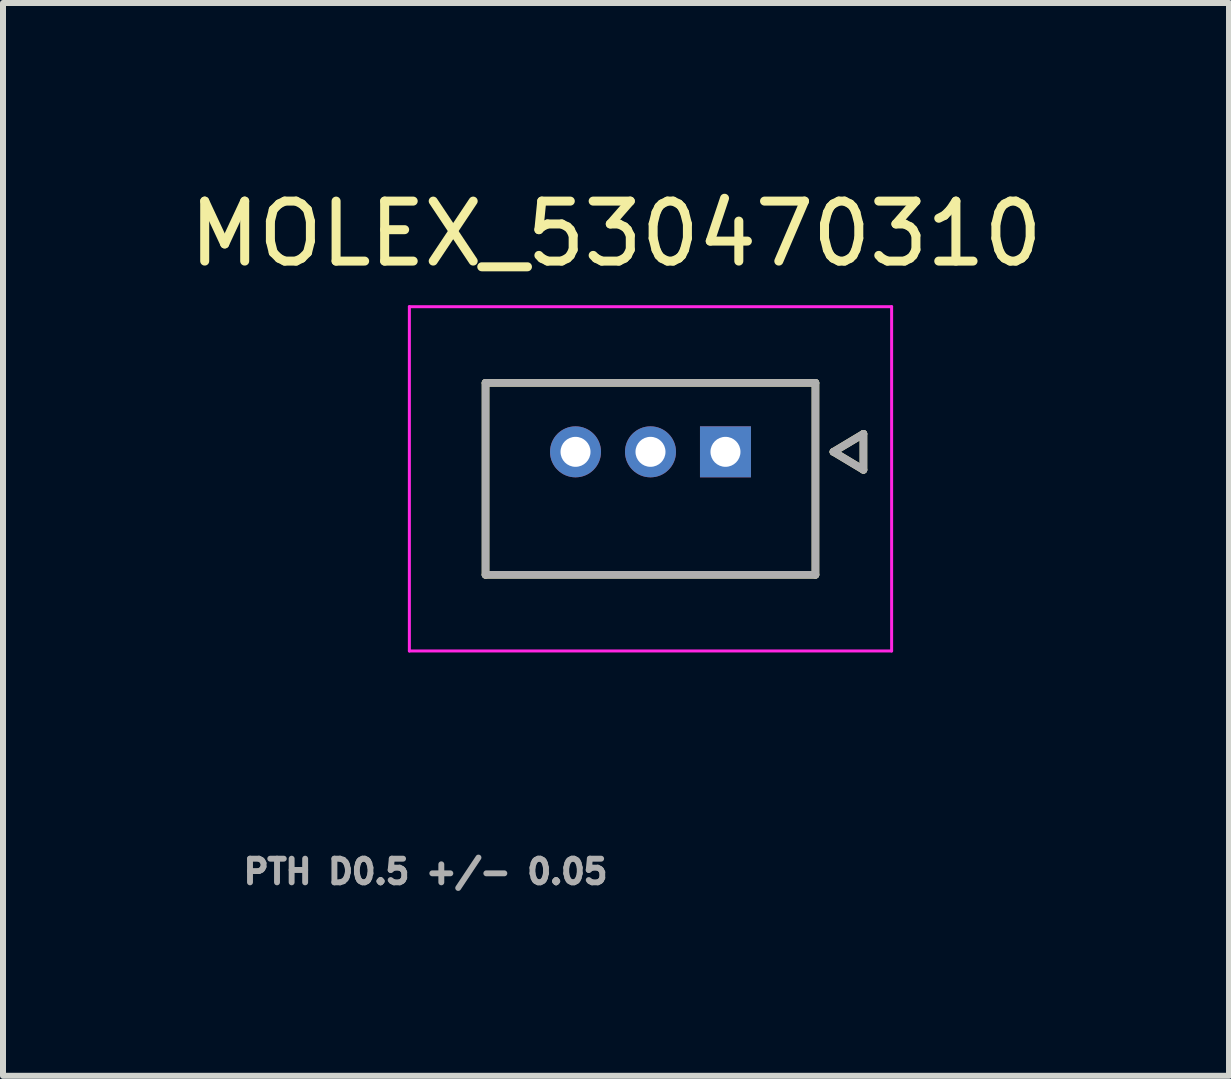
<source format=kicad_pcb>
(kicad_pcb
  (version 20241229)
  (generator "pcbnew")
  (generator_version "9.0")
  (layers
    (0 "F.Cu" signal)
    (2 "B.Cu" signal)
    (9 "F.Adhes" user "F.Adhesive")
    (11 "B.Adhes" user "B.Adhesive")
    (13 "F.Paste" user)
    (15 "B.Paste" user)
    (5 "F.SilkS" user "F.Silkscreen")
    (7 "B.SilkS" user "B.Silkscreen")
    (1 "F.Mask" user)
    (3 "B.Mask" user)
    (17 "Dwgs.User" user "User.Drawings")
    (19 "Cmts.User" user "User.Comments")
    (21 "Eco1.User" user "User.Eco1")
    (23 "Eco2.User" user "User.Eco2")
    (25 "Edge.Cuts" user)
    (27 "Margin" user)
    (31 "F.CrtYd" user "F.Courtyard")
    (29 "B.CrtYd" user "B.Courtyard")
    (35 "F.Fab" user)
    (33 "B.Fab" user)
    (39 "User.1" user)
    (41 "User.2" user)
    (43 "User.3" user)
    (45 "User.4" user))
  (footprint "MOLEX_530470310"
    (layer "F.Cu")
    (at 9.045 4.483)
    (property "Reference" "MOLEX_530470310" (at -1.825 -3.635 0) (layer "F.SilkS") (effects (font (size 1 1) (thickness 0.15))))
    (attr through_hole)
    (fp_circle (center -2.5 0) (end -2.249 0) (stroke (width 0.501) (type solid)) (fill no) (layer "F.Mask"))
    (fp_circle (center -1.25 0) (end -0.999 0) (stroke (width 0.501) (type solid)) (fill no) (layer "F.Mask"))
    (fp_poly (pts (xy -0.501 -0.501) (xy 0.501 -0.501) (xy 0.501 0.501) (xy -0.501 0.501)) (stroke (width 0.01) (type solid)) (fill yes) (layer "F.Mask"))
    (fp_circle (center -2.5 0) (end -2.249 0) (stroke (width 0.501) (type solid)) (fill no) (layer "B.Mask"))
    (fp_circle (center -1.25 0) (end -0.999 0) (stroke (width 0.501) (type solid)) (fill no) (layer "B.Mask"))
    (fp_poly (pts (xy -0.501 -0.501) (xy 0.501 -0.501) (xy 0.501 0.501) (xy -0.501 0.501)) (stroke (width 0.01) (type solid)) (fill yes) (layer "B.Mask"))
    (fp_line (start -4 -1.15) (end 1.5 -1.15) (stroke (width 0.127) (type solid)) (layer "F.SilkS"))
    (fp_line (start -4 2.05) (end -4 -1.15) (stroke (width 0.127) (type solid)) (layer "F.SilkS"))
    (fp_line (start 1.5 -1.15) (end 1.5 2.05) (stroke (width 0.127) (type solid)) (layer "F.SilkS"))
    (fp_line (start 1.5 2.05) (end -4 2.05) (stroke (width 0.127) (type solid)) (layer "F.SilkS"))
    (fp_line (start 1.8 0) (end 2.3 -0.3) (stroke (width 0.127) (type solid)) (layer "F.SilkS"))
    (fp_line (start 2.3 -0.3) (end 2.3 0.3) (stroke (width 0.127) (type solid)) (layer "F.SilkS"))
    (fp_line (start 2.3 0.3) (end 1.8 0) (stroke (width 0.127) (type solid)) (layer "F.SilkS"))
    (fp_line (start -5.27 -2.42) (end 2.77 -2.42) (stroke (width 0.05) (type solid)) (layer "F.CrtYd"))
    (fp_line (start -5.27 3.32) (end -5.27 -2.42) (stroke (width 0.05) (type solid)) (layer "F.CrtYd"))
    (fp_line (start 2.77 -2.42) (end 2.77 3.32) (stroke (width 0.05) (type solid)) (layer "F.CrtYd"))
    (fp_line (start 2.77 3.32) (end -5.27 3.32) (stroke (width 0.05) (type solid)) (layer "F.CrtYd"))
    (fp_line (start -4 -1.15) (end 1.5 -1.15) (stroke (width 0.127) (type solid)) (layer "F.Fab"))
    (fp_line (start -4 2.05) (end -4 -1.15) (stroke (width 0.127) (type solid)) (layer "F.Fab"))
    (fp_line (start 1.5 -1.15) (end 1.5 2.05) (stroke (width 0.127) (type solid)) (layer "F.Fab"))
    (fp_line (start 1.5 2.05) (end -4 2.05) (stroke (width 0.127) (type solid)) (layer "F.Fab"))
    (fp_line (start 1.8 0) (end 2.3 -0.3) (stroke (width 0.127) (type solid)) (layer "F.Fab"))
    (fp_line (start 2.3 -0.3) (end 2.3 0.3) (stroke (width 0.127) (type solid)) (layer "F.Fab"))
    (fp_line (start 2.3 0.3) (end 1.8 0) (stroke (width 0.127) (type solid)) (layer "F.Fab"))
    (fp_text user "PTH D0.5 +/- 0.05" (at -5 7 0) (layer "F.Fab") (effects (font (size 0.394 0.394) (thickness 0.15))))
    (pad "1" thru_hole rect (at 0 0) (size 0.85 0.85) (drill 0.5) (layers "*.Cu"))
    (pad "2" thru_hole circle (at -1.25 0) (size 0.85 0.85) (drill 0.5) (layers "*.Cu"))
    (pad "3" thru_hole circle (at -2.5 0) (size 0.85 0.85) (drill 0.5) (layers "*.Cu")))
  (gr_rect
    (start -3 -3)
    (end 17.44 14.886)
    (stroke (width 0.1) (type default))
    (fill no)
    (layer "Edge.Cuts")))
</source>
